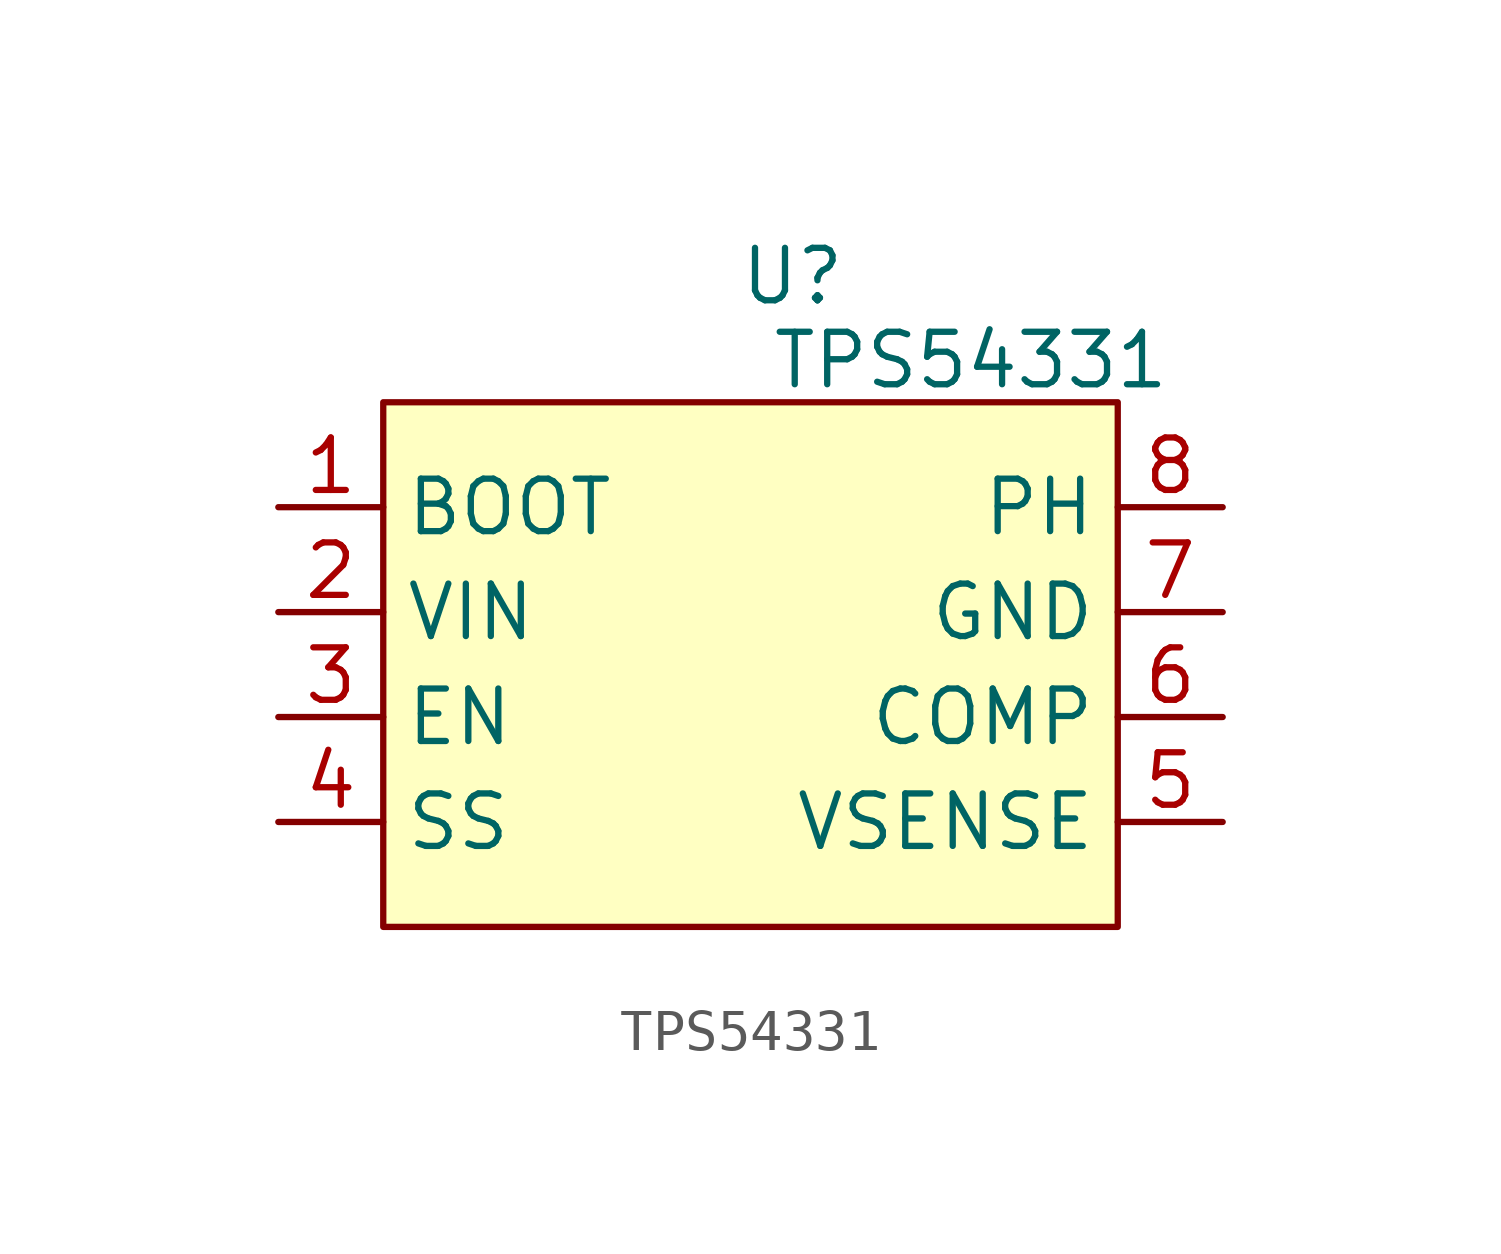
<source format=kicad_sym>
(kicad_symbol_lib
  (version 20241209)
  (generator "kicad_symbol_editor")
  (generator_version "9.0")
  (symbol "TPS54331"
    (property "Reference" "U"
      (at 1.016 9.398 0)
      (effects (font (size 1.27 1.27))))
    (property "Value" "TPS54331"
      (at 5.334 7.366 0)
      (effects (font (size 1.27 1.27))))
    (symbol "TPS54331_1_1"
      (rectangle (start -8.89 6.35) (end 8.89 -6.35) (stroke (width 0) (type solid)) (fill (type background)))
      (pin input line (at -11.43 3.81 0) (length 2.54) (name "BOOT" (effects (font (size 1.27 1.27)))) (number "1" (effects (font (size 1.27 1.27)))))
      (pin power_in line (at -11.43 1.27 0) (length 2.54) (name "VIN" (effects (font (size 1.27 1.27)))) (number "2" (effects (font (size 1.27 1.27)))))
      (pin input line (at -11.43 -1.27 0) (length 2.54) (name "EN" (effects (font (size 1.27 1.27)))) (number "3" (effects (font (size 1.27 1.27)))))
      (pin input line (at -11.43 -3.81 0) (length 2.54) (name "SS" (effects (font (size 1.27 1.27)))) (number "4" (effects (font (size 1.27 1.27)))))
      (pin output line (at 11.43 3.81 180) (length 2.54) (name "PH" (effects (font (size 1.27 1.27)))) (number "8" (effects (font (size 1.27 1.27)))))
      (pin power_in line (at 11.43 1.27 180) (length 2.54) (name "GND" (effects (font (size 1.27 1.27)))) (number "7" (effects (font (size 1.27 1.27)))))
      (pin input line (at 11.43 -1.27 180) (length 2.54) (name "COMP" (effects (font (size 1.27 1.27)))) (number "6" (effects (font (size 1.27 1.27)))))
      (pin input line (at 11.43 -3.81 180) (length 2.54) (name "VSENSE" (effects (font (size 1.27 1.27)))) (number "5" (effects (font (size 1.27 1.27))))))))
</source>
